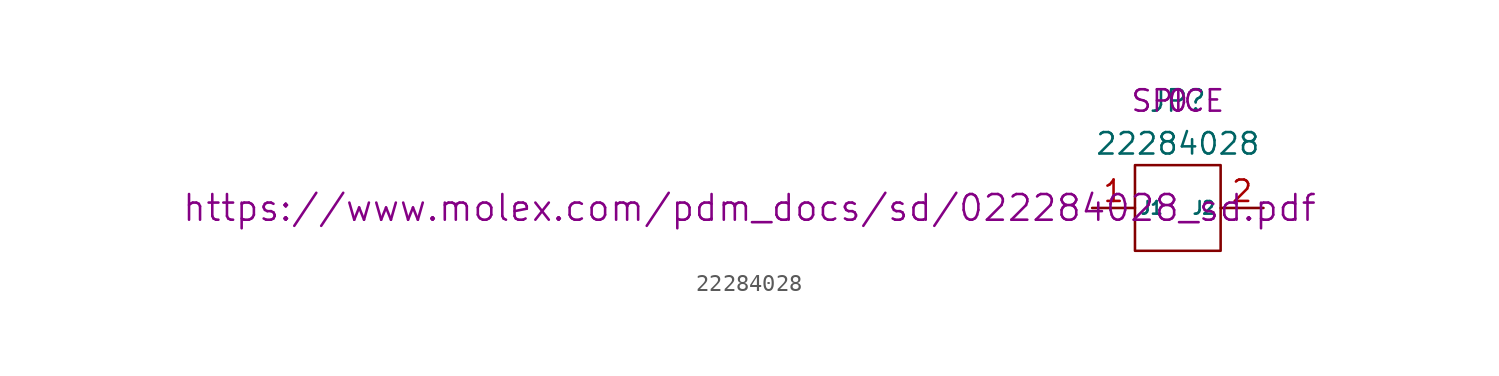
<source format=kicad_sym>
(kicad_symbol_lib
  (version 20220914)
  (generator kicad_symbol_editor)
  (symbol "22284028"
    (pin_names
      (offset 0.254))
    (property "Reference" "JP"
      (at 0 6.35 0)
      (effects (font (size 1.27 1.27))))
    (property "Value" "22284028"
      (at 0 3.81 0)
      (effects (font (size 1.27 1.27))))
    (property "Datasheet" "https://www.molex.com/pdm_docs/sd/022284028_sd.pdf"
      (at -25.4 0 0)
      (effects (font (size 1.524 1.524))))
    (property "Sim.Device" "SPICE"
      (at 0 6.35 0)
      (effects (font (size 1.27 1.27))))
    (property "Sim.Enable" "0"
      (at 0 6.35 0)
      (effects (font (size 1.27 1.27))))
    (symbol "22284028_0_1"
      (rectangle (start -2.54 2.54) (end 2.54 -2.54) (stroke (width 0) (type default)) (fill (type none))))
    (symbol "22284028_1_1"
      (pin passive line (at -5.08 0 0) (length 2.54) (name "J1" (effects (font (size 0.75 0.75)))) (number "1" (effects (font (size 1.27 1.27)))))
      (pin passive line (at 5.08 0 180) (length 2.54) (name "J2" (effects (font (size 0.75 0.75)))) (number "2" (effects (font (size 1.27 1.27))))))))
</source>
